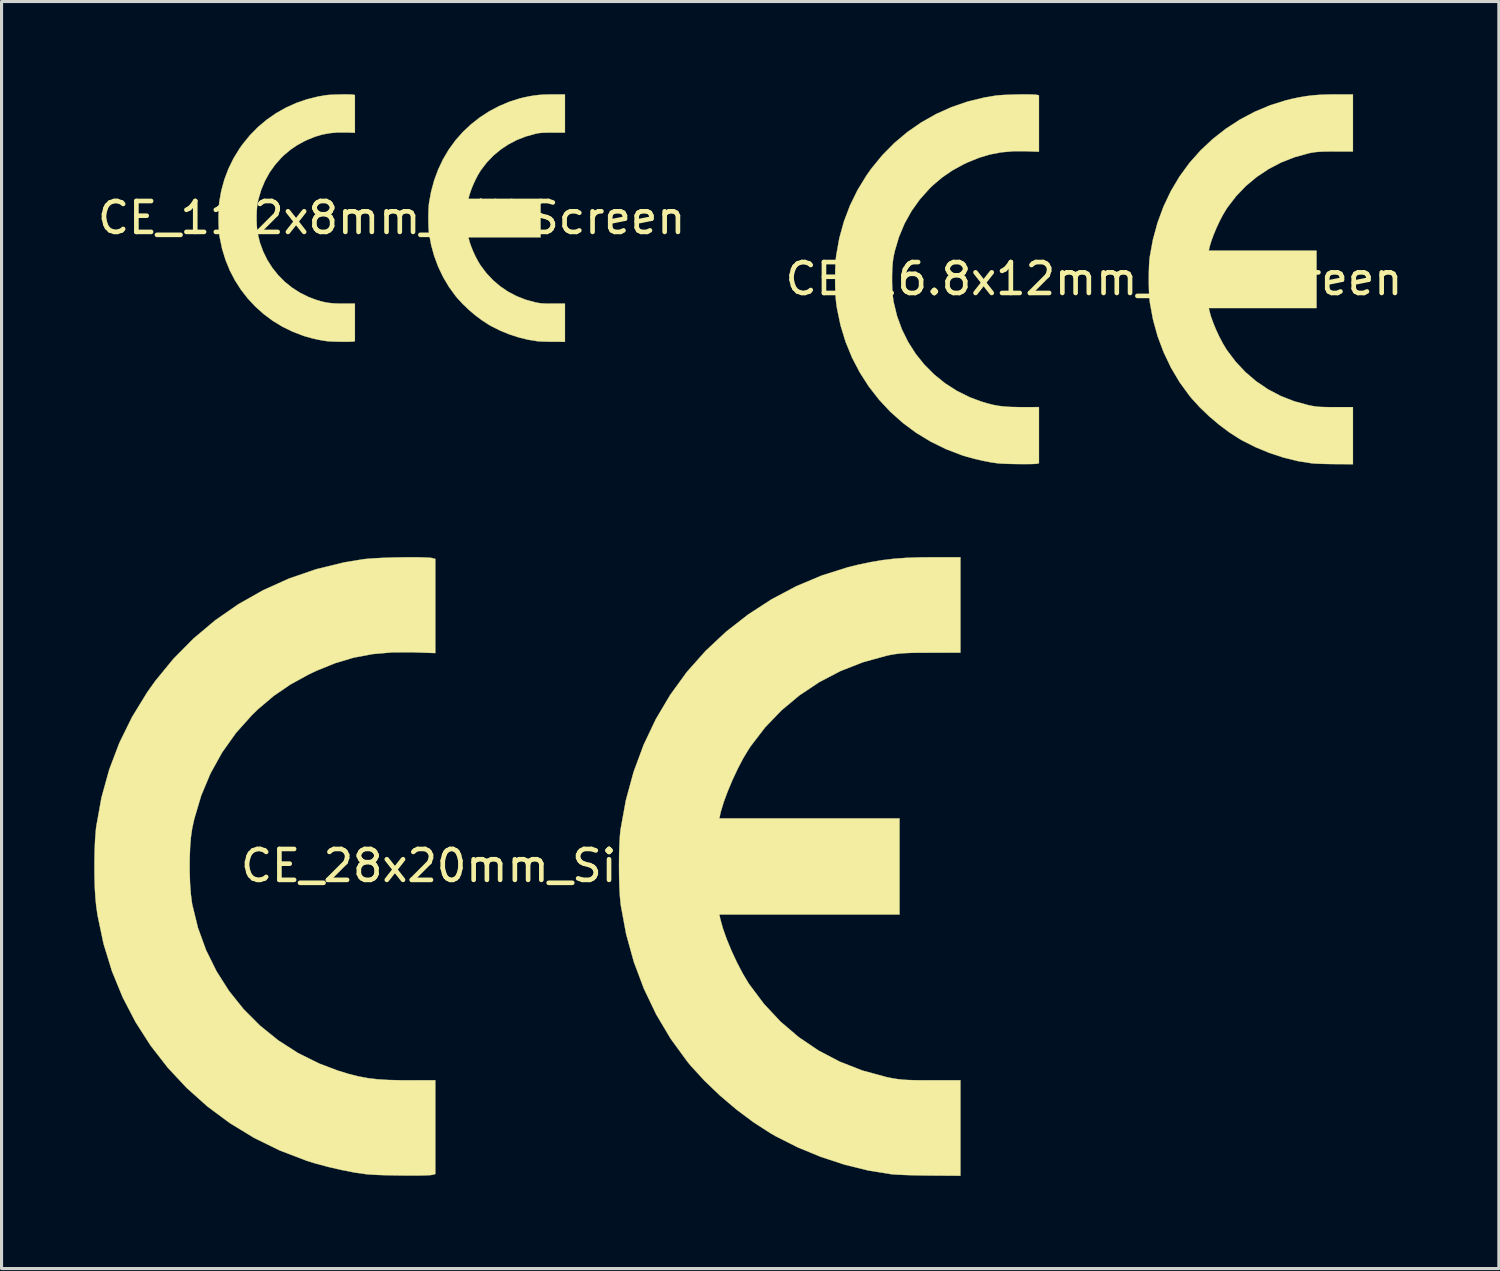
<source format=kicad_pcb>
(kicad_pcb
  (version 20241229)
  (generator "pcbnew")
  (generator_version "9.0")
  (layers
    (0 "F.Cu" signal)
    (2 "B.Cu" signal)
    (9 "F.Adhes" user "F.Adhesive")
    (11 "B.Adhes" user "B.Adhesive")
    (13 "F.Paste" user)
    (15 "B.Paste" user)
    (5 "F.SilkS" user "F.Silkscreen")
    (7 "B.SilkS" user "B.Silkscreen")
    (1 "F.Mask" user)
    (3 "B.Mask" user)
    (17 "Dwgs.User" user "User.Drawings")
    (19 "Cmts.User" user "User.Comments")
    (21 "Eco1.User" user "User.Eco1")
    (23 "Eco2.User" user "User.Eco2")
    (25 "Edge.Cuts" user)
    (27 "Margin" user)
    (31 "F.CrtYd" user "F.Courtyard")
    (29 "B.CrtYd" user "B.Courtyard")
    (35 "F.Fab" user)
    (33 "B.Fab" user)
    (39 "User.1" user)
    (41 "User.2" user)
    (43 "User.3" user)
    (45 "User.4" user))
  (footprint "CE_28x20mm_SilkScreen"
    (layer "F.Cu")
    (at 14.015 24.967)
    (property "Reference" "CE_28x20mm_SilkScreen" (at 0 0 0) (layer "F.SilkS") (effects (font (size 1 1) (thickness 0.15))))
    (attr exclude_from_pos_files exclude_from_bom)
    (fp_poly (pts (xy -3.512 -9.983) (xy -3.298 -9.977) (xy -3.144 -9.968) (xy -3.076 -9.957) (xy -2.978 -9.931) (xy -2.978 -6.884) (xy -3.672 -6.908) (xy -4.366 -6.907) (xy -5.009 -6.851) (xy -5.62 -6.736) (xy -6.217 -6.558) (xy -6.822 -6.313) (xy -7.073 -6.194) (xy -7.67 -5.866) (xy -8.209 -5.497) (xy -8.713 -5.07) (xy -8.909 -4.88) (xy -9.428 -4.301) (xy -9.877 -3.669) (xy -10.253 -2.991) (xy -10.555 -2.27) (xy -10.78 -1.511) (xy -10.847 -1.204) (xy -10.887 -0.926) (xy -10.914 -0.585) (xy -10.927 -0.205) (xy -10.928 0.189) (xy -10.915 0.575) (xy -10.888 0.929) (xy -10.849 1.226) (xy -10.845 1.248) (xy -10.66 2.005) (xy -10.397 2.728) (xy -10.06 3.41) (xy -9.655 4.048) (xy -9.184 4.637) (xy -8.652 5.171) (xy -8.063 5.647) (xy -7.423 6.058) (xy -6.734 6.4) (xy -6.127 6.629) (xy -5.785 6.734) (xy -5.472 6.813) (xy -5.165 6.871) (xy -4.843 6.909) (xy -4.485 6.931) (xy -4.069 6.94) (xy -3.887 6.94) (xy -2.978 6.939) (xy -2.978 9.975) (xy -3.076 10.001) (xy -3.161 10.011) (xy -3.316 10.018) (xy -3.527 10.022) (xy -3.778 10.023) (xy -4.051 10.021) (xy -4.333 10.017) (xy -4.605 10.011) (xy -4.853 10.003) (xy -5.06 9.992) (xy -5.21 9.98) (xy -5.211 9.98) (xy -5.585 9.926) (xy -6.008 9.844) (xy -6.446 9.743) (xy -6.869 9.629) (xy -7.137 9.546) (xy -8.013 9.211) (xy -8.843 8.804) (xy -9.624 8.328) (xy -10.353 7.788) (xy -11.026 7.186) (xy -11.64 6.528) (xy -12.192 5.817) (xy -12.679 5.057) (xy -13.097 4.252) (xy -13.443 3.407) (xy -13.714 2.524) (xy -13.907 1.608) (xy -13.95 1.314) (xy -13.978 1.033) (xy -13.998 0.689) (xy -14.008 0.305) (xy -14.01 -0.096) (xy -14.003 -0.49) (xy -13.987 -0.854) (xy -13.963 -1.164) (xy -13.95 -1.27) (xy -13.782 -2.206) (xy -13.532 -3.11) (xy -13.202 -3.98) (xy -12.792 -4.814) (xy -12.304 -5.611) (xy -12.043 -5.978) (xy -11.453 -6.698) (xy -10.804 -7.354) (xy -10.101 -7.945) (xy -9.349 -8.467) (xy -8.551 -8.918) (xy -7.712 -9.296) (xy -6.838 -9.596) (xy -5.932 -9.818) (xy -5.3 -9.922) (xy -5.127 -9.939) (xy -4.899 -9.954) (xy -4.633 -9.967) (xy -4.345 -9.976) (xy -4.051 -9.982) (xy -3.768 -9.984) (xy -3.512 -9.983)) (stroke (width 0.01) (type solid)) (fill yes) (layer "F.SilkS"))
    (fp_poly (pts (xy 14.014 -8.441) (xy 14.014 -6.897) (xy 13.039 -6.896) (xy 12.702 -6.895) (xy 12.435 -6.891) (xy 12.221 -6.882) (xy 12.045 -6.869) (xy 11.887 -6.849) (xy 11.733 -6.822) (xy 11.621 -6.798) (xy 10.86 -6.588) (xy 10.134 -6.303) (xy 9.448 -5.945) (xy 8.81 -5.52) (xy 8.223 -5.03) (xy 7.695 -4.481) (xy 7.23 -3.875) (xy 7.149 -3.752) (xy 6.977 -3.465) (xy 6.802 -3.129) (xy 6.633 -2.768) (xy 6.481 -2.404) (xy 6.354 -2.061) (xy 6.263 -1.76) (xy 6.243 -1.675) (xy 6.212 -1.533) (xy 12.043 -1.533) (xy 12.043 1.577) (xy 6.212 1.577) (xy 6.243 1.719) (xy 6.326 2.021) (xy 6.45 2.372) (xy 6.605 2.747) (xy 6.781 3.125) (xy 6.967 3.481) (xy 7.153 3.794) (xy 7.185 3.841) (xy 7.661 4.475) (xy 8.194 5.044) (xy 8.782 5.545) (xy 9.422 5.978) (xy 10.109 6.338) (xy 10.841 6.625) (xy 11.614 6.835) (xy 11.632 6.839) (xy 11.806 6.874) (xy 11.967 6.9) (xy 12.131 6.919) (xy 12.317 6.931) (xy 12.543 6.938) (xy 12.827 6.941) (xy 13.061 6.941) (xy 14.014 6.941) (xy 14.014 10.029) (xy 13.061 10.023) (xy 12.757 10.019) (xy 12.46 10.013) (xy 12.189 10.004) (xy 11.964 9.994) (xy 11.804 9.982) (xy 11.78 9.98) (xy 11.034 9.86) (xy 10.267 9.671) (xy 9.499 9.419) (xy 8.752 9.112) (xy 8.046 8.756) (xy 7.861 8.65) (xy 7.32 8.301) (xy 6.77 7.89) (xy 6.235 7.436) (xy 5.735 6.958) (xy 5.292 6.475) (xy 5.171 6.328) (xy 4.637 5.595) (xy 4.169 4.808) (xy 3.771 3.976) (xy 3.445 3.107) (xy 3.196 2.208) (xy 3.026 1.288) (xy 3.018 1.226) (xy 2.995 0.989) (xy 2.978 0.689) (xy 2.969 0.347) (xy 2.966 -0.013) (xy 2.969 -0.371) (xy 2.98 -0.704) (xy 2.997 -0.991) (xy 3.017 -1.182) (xy 3.189 -2.126) (xy 3.438 -3.038) (xy 3.762 -3.913) (xy 4.158 -4.747) (xy 4.625 -5.534) (xy 5.159 -6.269) (xy 5.171 -6.283) (xy 5.768 -6.955) (xy 6.427 -7.572) (xy 7.14 -8.129) (xy 7.9 -8.622) (xy 8.698 -9.045) (xy 9.526 -9.394) (xy 10.376 -9.662) (xy 10.708 -9.743) (xy 11.118 -9.829) (xy 11.499 -9.893) (xy 11.876 -9.938) (xy 12.273 -9.966) (xy 12.714 -9.981) (xy 13.083 -9.984) (xy 14.014 -9.985) (xy 14.014 -8.441)) (stroke (width 0.01) (type solid)) (fill yes) (layer "F.SilkS")))
  (footprint "CE_11.2x8mm_SilkScreen"
    (layer "F.Cu")
    (at 9.625 3.999)
    (property "Reference" "CE_11.2x8mm_SilkScreen" (at 0 0 0) (layer "F.SilkS") (effects (font (size 1 1) (thickness 0.15))))
    (attr exclude_from_pos_files exclude_from_bom)
    (fp_poly (pts (xy -1.405 -3.993) (xy -1.319 -3.991) (xy -1.258 -3.987) (xy -1.231 -3.983) (xy -1.191 -3.972) (xy -1.191 -2.754) (xy -1.469 -2.763) (xy -1.746 -2.763) (xy -2.004 -2.74) (xy -2.248 -2.695) (xy -2.487 -2.623) (xy -2.729 -2.525) (xy -2.829 -2.478) (xy -3.068 -2.346) (xy -3.283 -2.199) (xy -3.485 -2.028) (xy -3.564 -1.952) (xy -3.771 -1.72) (xy -3.951 -1.468) (xy -4.101 -1.196) (xy -4.222 -0.908) (xy -4.312 -0.604) (xy -4.339 -0.482) (xy -4.355 -0.37) (xy -4.366 -0.234) (xy -4.371 -0.082) (xy -4.371 0.076) (xy -4.366 0.23) (xy -4.355 0.372) (xy -4.339 0.49) (xy -4.338 0.499) (xy -4.264 0.802) (xy -4.159 1.091) (xy -4.024 1.364) (xy -3.862 1.619) (xy -3.673 1.855) (xy -3.461 2.069) (xy -3.225 2.259) (xy -2.969 2.423) (xy -2.694 2.56) (xy -2.451 2.652) (xy -2.314 2.693) (xy -2.189 2.725) (xy -2.066 2.748) (xy -1.937 2.763) (xy -1.794 2.772) (xy -1.628 2.776) (xy -1.555 2.776) (xy -1.191 2.776) (xy -1.191 3.99) (xy -1.231 4) (xy -1.264 4.004) (xy -1.326 4.007) (xy -1.411 4.009) (xy -1.511 4.009) (xy -1.621 4.009) (xy -1.733 4.007) (xy -1.842 4.004) (xy -1.941 4.001) (xy -2.024 3.997) (xy -2.084 3.992) (xy -2.085 3.992) (xy -2.234 3.97) (xy -2.403 3.938) (xy -2.579 3.897) (xy -2.747 3.851) (xy -2.855 3.818) (xy -3.205 3.684) (xy -3.537 3.522) (xy -3.85 3.331) (xy -4.141 3.115) (xy -4.41 2.874) (xy -4.656 2.611) (xy -4.877 2.327) (xy -5.072 2.023) (xy -5.239 1.701) (xy -5.377 1.363) (xy -5.486 1.01) (xy -5.563 0.643) (xy -5.58 0.526) (xy -5.591 0.413) (xy -5.599 0.276) (xy -5.603 0.122) (xy -5.604 -0.039) (xy -5.601 -0.196) (xy -5.595 -0.342) (xy -5.585 -0.465) (xy -5.58 -0.508) (xy -5.513 -0.882) (xy -5.413 -1.244) (xy -5.281 -1.592) (xy -5.117 -1.926) (xy -4.922 -2.244) (xy -4.817 -2.391) (xy -4.581 -2.679) (xy -4.322 -2.942) (xy -4.04 -3.178) (xy -3.739 -3.387) (xy -3.42 -3.567) (xy -3.085 -3.718) (xy -2.735 -3.838) (xy -2.373 -3.927) (xy -2.12 -3.969) (xy -2.051 -3.976) (xy -1.959 -3.982) (xy -1.853 -3.987) (xy -1.738 -3.99) (xy -1.62 -3.993) (xy -1.507 -3.994) (xy -1.405 -3.993)) (stroke (width 0.01) (type solid)) (fill yes) (layer "F.SilkS"))
    (fp_poly (pts (xy 5.606 -3.376) (xy 5.606 -2.759) (xy 5.216 -2.759) (xy 5.081 -2.758) (xy 4.974 -2.756) (xy 4.889 -2.753) (xy 4.818 -2.748) (xy 4.755 -2.74) (xy 4.693 -2.729) (xy 4.648 -2.719) (xy 4.344 -2.635) (xy 4.053 -2.521) (xy 3.779 -2.378) (xy 3.524 -2.208) (xy 3.289 -2.012) (xy 3.078 -1.792) (xy 2.892 -1.55) (xy 2.86 -1.501) (xy 2.791 -1.386) (xy 2.721 -1.252) (xy 2.653 -1.107) (xy 2.592 -0.962) (xy 2.542 -0.824) (xy 2.505 -0.704) (xy 2.497 -0.67) (xy 2.485 -0.613) (xy 4.817 -0.613) (xy 4.817 0.631) (xy 2.485 0.631) (xy 2.497 0.688) (xy 2.53 0.809) (xy 2.58 0.949) (xy 2.642 1.099) (xy 2.712 1.25) (xy 2.787 1.392) (xy 2.861 1.517) (xy 2.874 1.536) (xy 3.064 1.79) (xy 3.278 2.017) (xy 3.513 2.218) (xy 3.769 2.391) (xy 4.044 2.535) (xy 4.336 2.65) (xy 4.645 2.734) (xy 4.653 2.736) (xy 4.723 2.75) (xy 4.787 2.76) (xy 4.852 2.768) (xy 4.927 2.772) (xy 5.017 2.775) (xy 5.131 2.776) (xy 5.225 2.776) (xy 5.606 2.776) (xy 5.606 4.011) (xy 5.225 4.009) (xy 5.103 4.008) (xy 4.984 4.005) (xy 4.876 4.002) (xy 4.786 3.998) (xy 4.721 3.993) (xy 4.712 3.992) (xy 4.414 3.944) (xy 4.107 3.868) (xy 3.8 3.768) (xy 3.501 3.645) (xy 3.218 3.502) (xy 3.144 3.46) (xy 2.928 3.32) (xy 2.708 3.156) (xy 2.494 2.975) (xy 2.294 2.783) (xy 2.117 2.59) (xy 2.068 2.531) (xy 1.855 2.238) (xy 1.668 1.923) (xy 1.508 1.59) (xy 1.378 1.243) (xy 1.278 0.883) (xy 1.21 0.515) (xy 1.207 0.49) (xy 1.198 0.396) (xy 1.191 0.275) (xy 1.187 0.139) (xy 1.186 -0.005) (xy 1.188 -0.148) (xy 1.192 -0.282) (xy 1.199 -0.396) (xy 1.207 -0.473) (xy 1.276 -0.85) (xy 1.375 -1.215) (xy 1.505 -1.565) (xy 1.663 -1.899) (xy 1.85 -2.214) (xy 2.064 -2.507) (xy 2.068 -2.513) (xy 2.307 -2.782) (xy 2.571 -3.029) (xy 2.856 -3.252) (xy 3.16 -3.449) (xy 3.479 -3.618) (xy 3.81 -3.757) (xy 4.15 -3.865) (xy 4.283 -3.897) (xy 4.447 -3.931) (xy 4.6 -3.957) (xy 4.75 -3.975) (xy 4.909 -3.987) (xy 5.086 -3.992) (xy 5.233 -3.994) (xy 5.606 -3.994) (xy 5.606 -3.376)) (stroke (width 0.01) (type solid)) (fill yes) (layer "F.SilkS")))
  (footprint "CE_16.8x12mm_SilkScreen"
    (layer "F.Cu")
    (at 32.351 5.975)
    (property "Reference" "CE_16.8x12mm_SilkScreen" (at 0 0 0) (layer "F.SilkS") (effects (font (size 1 1) (thickness 0.15))))
    (attr exclude_from_pos_files exclude_from_bom)
    (fp_poly (pts (xy -2.1 -5.969) (xy -1.972 -5.966) (xy -1.88 -5.96) (xy -1.84 -5.954) (xy -1.781 -5.938) (xy -1.781 -4.116) (xy -2.195 -4.13) (xy -2.611 -4.13) (xy -2.995 -4.097) (xy -3.36 -4.028) (xy -3.718 -3.921) (xy -4.079 -3.775) (xy -4.229 -3.704) (xy -4.586 -3.508) (xy -4.908 -3.287) (xy -5.21 -3.032) (xy -5.327 -2.918) (xy -5.637 -2.571) (xy -5.906 -2.194) (xy -6.131 -1.789) (xy -6.311 -1.357) (xy -6.446 -0.903) (xy -6.486 -0.72) (xy -6.51 -0.554) (xy -6.526 -0.35) (xy -6.534 -0.123) (xy -6.534 0.113) (xy -6.526 0.344) (xy -6.51 0.555) (xy -6.487 0.733) (xy -6.484 0.746) (xy -6.374 1.199) (xy -6.217 1.631) (xy -6.015 2.039) (xy -5.773 2.421) (xy -5.491 2.773) (xy -5.173 3.092) (xy -4.821 3.376) (xy -4.438 3.622) (xy -4.027 3.827) (xy -3.663 3.964) (xy -3.459 4.026) (xy -3.272 4.074) (xy -3.088 4.108) (xy -2.896 4.131) (xy -2.682 4.144) (xy -2.433 4.149) (xy -2.324 4.15) (xy -1.781 4.149) (xy -1.781 5.964) (xy -1.84 5.98) (xy -1.89 5.986) (xy -1.983 5.99) (xy -2.109 5.992) (xy -2.259 5.993) (xy -2.422 5.992) (xy -2.591 5.99) (xy -2.753 5.986) (xy -2.902 5.981) (xy -3.025 5.975) (xy -3.115 5.968) (xy -3.116 5.967) (xy -3.34 5.935) (xy -3.592 5.886) (xy -3.855 5.825) (xy -4.107 5.757) (xy -4.268 5.708) (xy -4.791 5.508) (xy -5.287 5.264) (xy -5.754 4.98) (xy -6.19 4.656) (xy -6.593 4.297) (xy -6.96 3.903) (xy -7.29 3.478) (xy -7.581 3.024) (xy -7.831 2.543) (xy -8.038 2.037) (xy -8.2 1.509) (xy -8.315 0.961) (xy -8.341 0.786) (xy -8.358 0.618) (xy -8.37 0.412) (xy -8.376 0.182) (xy -8.377 -0.058) (xy -8.373 -0.293) (xy -8.364 -0.511) (xy -8.349 -0.696) (xy -8.341 -0.759) (xy -8.241 -1.319) (xy -8.091 -1.859) (xy -7.894 -2.38) (xy -7.649 -2.879) (xy -7.357 -3.355) (xy -7.201 -3.574) (xy -6.848 -4.005) (xy -6.46 -4.398) (xy -6.04 -4.751) (xy -5.59 -5.063) (xy -5.113 -5.333) (xy -4.612 -5.558) (xy -4.089 -5.738) (xy -3.547 -5.87) (xy -3.169 -5.933) (xy -3.065 -5.943) (xy -2.929 -5.952) (xy -2.77 -5.959) (xy -2.598 -5.965) (xy -2.422 -5.969) (xy -2.253 -5.97) (xy -2.1 -5.969)) (stroke (width 0.01) (type solid)) (fill yes) (layer "F.SilkS"))
    (fp_poly (pts (xy 8.379 -4.124) (xy 7.797 -4.124) (xy 7.595 -4.123) (xy 7.435 -4.12) (xy 7.308 -4.115) (xy 7.202 -4.107) (xy 7.108 -4.095) (xy 7.016 -4.079) (xy 6.948 -4.065) (xy 6.493 -3.939) (xy 6.059 -3.769) (xy 5.65 -3.555) (xy 5.268 -3.301) (xy 4.917 -3.008) (xy 4.601 -2.679) (xy 4.323 -2.317) (xy 4.275 -2.244) (xy 4.172 -2.072) (xy 4.067 -1.871) (xy 3.966 -1.655) (xy 3.875 -1.438) (xy 3.799 -1.232) (xy 3.745 -1.052) (xy 3.733 -1.002) (xy 3.714 -0.916) (xy 7.201 -0.916) (xy 7.201 0.943) (xy 3.714 0.943) (xy 3.733 1.028) (xy 3.782 1.209) (xy 3.857 1.418) (xy 3.949 1.643) (xy 4.054 1.868) (xy 4.166 2.081) (xy 4.277 2.268) (xy 4.296 2.297) (xy 4.581 2.676) (xy 4.9 3.016) (xy 5.251 3.316) (xy 5.634 3.574) (xy 6.044 3.79) (xy 6.482 3.961) (xy 6.944 4.087) (xy 6.955 4.089) (xy 7.06 4.11) (xy 7.155 4.126) (xy 7.254 4.137) (xy 7.365 4.144) (xy 7.5 4.148) (xy 7.67 4.15) (xy 7.81 4.15) (xy 8.379 4.15) (xy 8.379 5.996) (xy 7.81 5.993) (xy 7.628 5.991) (xy 7.45 5.987) (xy 7.288 5.982) (xy 7.154 5.976) (xy 7.058 5.969) (xy 7.044 5.967) (xy 6.598 5.896) (xy 6.139 5.783) (xy 5.68 5.632) (xy 5.233 5.448) (xy 4.811 5.236) (xy 4.7 5.172) (xy 4.377 4.964) (xy 4.048 4.718) (xy 3.728 4.447) (xy 3.429 4.161) (xy 3.164 3.871) (xy 3.092 3.784) (xy 2.772 3.345) (xy 2.493 2.875) (xy 2.255 2.377) (xy 2.06 1.858) (xy 1.911 1.32) (xy 1.809 0.77) (xy 1.804 0.733) (xy 1.791 0.591) (xy 1.781 0.412) (xy 1.775 0.208) (xy 1.773 -0.008) (xy 1.776 -0.222) (xy 1.782 -0.421) (xy 1.792 -0.592) (xy 1.804 -0.707) (xy 1.907 -1.271) (xy 2.056 -1.816) (xy 2.249 -2.34) (xy 2.486 -2.839) (xy 2.765 -3.309) (xy 3.085 -3.748) (xy 3.092 -3.757) (xy 3.449 -4.158) (xy 3.843 -4.528) (xy 4.269 -4.861) (xy 4.724 -5.156) (xy 5.201 -5.409) (xy 5.696 -5.617) (xy 6.204 -5.777) (xy 6.403 -5.826) (xy 6.648 -5.877) (xy 6.876 -5.915) (xy 7.101 -5.942) (xy 7.338 -5.959) (xy 7.602 -5.968) (xy 7.823 -5.97) (xy 8.379 -5.97) (xy 8.379 -4.124)) (stroke (width 0.01) (type solid)) (fill yes) (layer "F.SilkS")))
  (gr_rect
    (start -3 -3)
    (end 45.452 38)
    (stroke (width 0.1) (type default))
    (fill no)
    (layer "Edge.Cuts")))
</source>
